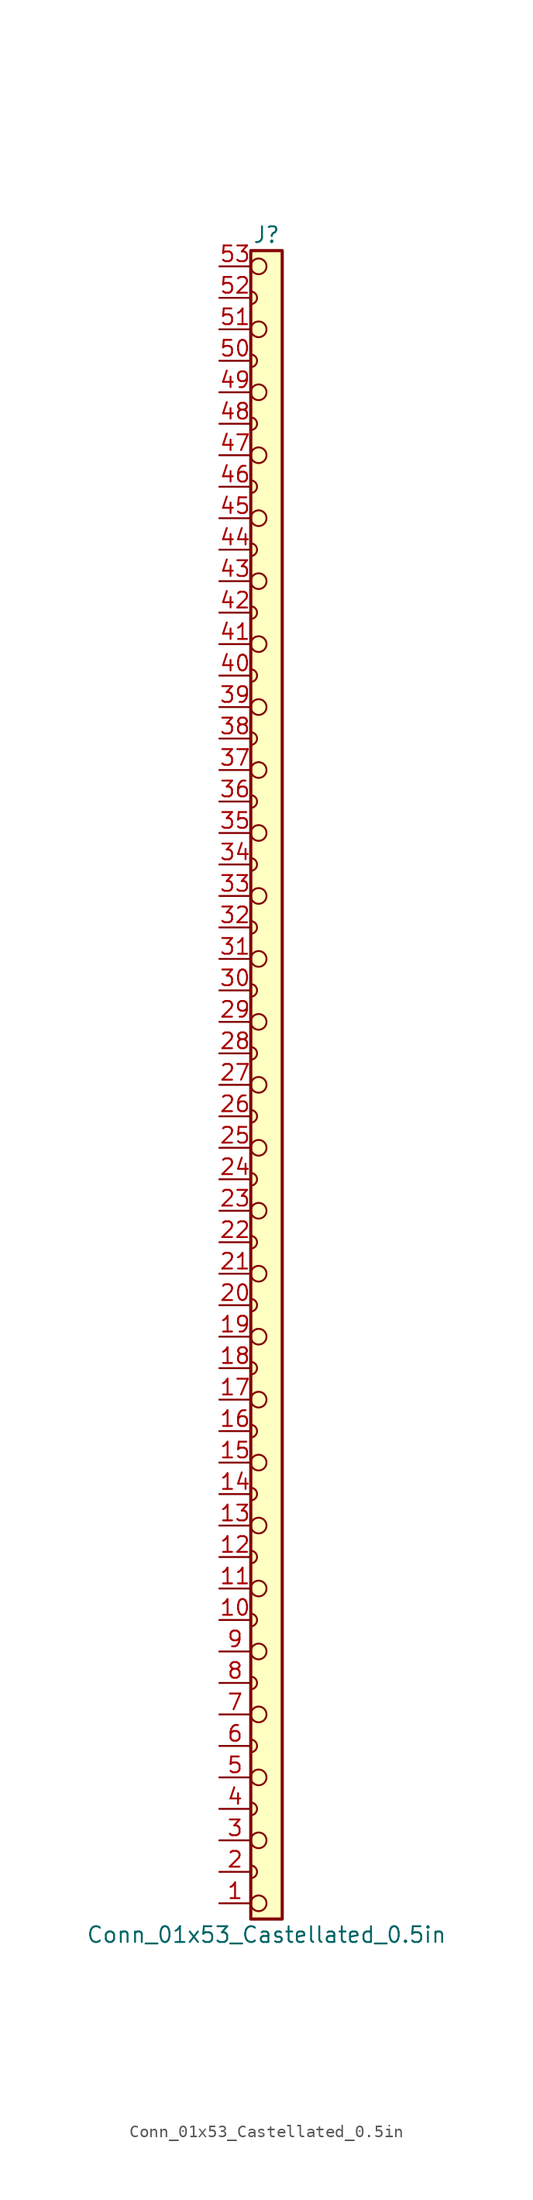
<source format=kicad_sym>
(kicad_symbol_lib
  (version 20231120)
  (generator "kicad_symbol_editor")
  (generator_version "8.0")
  (symbol "Conn_01x53_Castellated_0.5in"
    (pin_names
      (offset 1.016) hide)
    (property "Reference" "J"
      (at 0 68.58 0)
      (effects (font (size 1.27 1.27))))
    (property "Value" "Conn_01x53_Castellated_0.5in"
      (at 0 -68.58 0)
      (effects (font (size 1.27 1.27))))
    (symbol "Conn_01x53_Castellated_0.5in_0_1"
      (arc (start -1.27 -64.008) (mid -0.762 -63.5) (end -1.27 -62.992) (stroke (width 0) (type default)) (fill (type none)))
      (arc (start -1.27 -58.928) (mid -0.762 -58.42) (end -1.27 -57.912) (stroke (width 0) (type default)) (fill (type none)))
      (arc (start -1.27 -53.848) (mid -0.762 -53.34) (end -1.27 -52.832) (stroke (width 0) (type default)) (fill (type none)))
      (arc (start -1.27 -48.768) (mid -0.762 -48.26) (end -1.27 -47.752) (stroke (width 0) (type default)) (fill (type none)))
      (arc (start -1.27 -43.688) (mid -0.762 -43.18) (end -1.27 -42.672) (stroke (width 0) (type default)) (fill (type none)))
      (arc (start -1.27 -38.608) (mid -0.762 -38.1) (end -1.27 -37.592) (stroke (width 0) (type default)) (fill (type none)))
      (arc (start -1.27 -33.528) (mid -0.762 -33.02) (end -1.27 -32.512) (stroke (width 0) (type default)) (fill (type none)))
      (arc (start -1.27 -28.448) (mid -0.762 -27.94) (end -1.27 -27.432) (stroke (width 0) (type default)) (fill (type none)))
      (arc (start -1.27 -23.368) (mid -0.762 -22.86) (end -1.27 -22.352) (stroke (width 0) (type default)) (fill (type none)))
      (arc (start -1.27 -18.288) (mid -0.762 -17.78) (end -1.27 -17.272) (stroke (width 0) (type default)) (fill (type none)))
      (arc (start -1.27 -13.208) (mid -0.762 -12.7) (end -1.27 -12.192) (stroke (width 0) (type default)) (fill (type none)))
      (arc (start -1.27 -8.128) (mid -0.762 -7.62) (end -1.27 -7.112) (stroke (width 0) (type default)) (fill (type none)))
      (arc (start -1.27 -3.048) (mid -0.762 -2.54) (end -1.27 -2.032) (stroke (width 0) (type default)) (fill (type none)))
      (arc (start -1.27 2.032) (mid -0.762 2.54) (end -1.27 3.048) (stroke (width 0) (type default)) (fill (type none)))
      (arc (start -1.27 7.112) (mid -0.762 7.62) (end -1.27 8.128) (stroke (width 0) (type default)) (fill (type none)))
      (arc (start -1.27 12.192) (mid -0.762 12.7) (end -1.27 13.208) (stroke (width 0) (type default)) (fill (type none)))
      (arc (start -1.27 17.272) (mid -0.762 17.78) (end -1.27 18.288) (stroke (width 0) (type default)) (fill (type none)))
      (arc (start -1.27 22.352) (mid -0.762 22.86) (end -1.27 23.368) (stroke (width 0) (type default)) (fill (type none)))
      (arc (start -1.27 27.432) (mid -0.762 27.94) (end -1.27 28.448) (stroke (width 0) (type default)) (fill (type none)))
      (arc (start -1.27 32.512) (mid -0.762 33.02) (end -1.27 33.528) (stroke (width 0) (type default)) (fill (type none)))
      (arc (start -1.27 37.592) (mid -0.762 38.1) (end -1.27 38.608) (stroke (width 0) (type default)) (fill (type none)))
      (arc (start -1.27 42.672) (mid -0.762 43.18) (end -1.27 43.688) (stroke (width 0) (type default)) (fill (type none)))
      (arc (start -1.27 47.752) (mid -0.762 48.26) (end -1.27 48.768) (stroke (width 0) (type default)) (fill (type none)))
      (arc (start -1.27 52.832) (mid -0.762 53.34) (end -1.27 53.848) (stroke (width 0) (type default)) (fill (type none)))
      (arc (start -1.27 57.912) (mid -0.762 58.42) (end -1.27 58.928) (stroke (width 0) (type default)) (fill (type none)))
      (arc (start -1.27 62.992) (mid -0.762 63.5) (end -1.27 64.008) (stroke (width 0) (type default)) (fill (type none)))
      (circle (center -0.635 -66.04) (radius 0.635) (stroke (width 0) (type default)) (fill (type none)))
      (circle (center -0.635 -60.96) (radius 0.635) (stroke (width 0) (type default)) (fill (type none)))
      (circle (center -0.635 -55.88) (radius 0.635) (stroke (width 0) (type default)) (fill (type none)))
      (circle (center -0.635 -50.8) (radius 0.635) (stroke (width 0) (type default)) (fill (type none)))
      (circle (center -0.635 -45.72) (radius 0.635) (stroke (width 0) (type default)) (fill (type none)))
      (circle (center -0.635 -40.64) (radius 0.635) (stroke (width 0) (type default)) (fill (type none)))
      (circle (center -0.635 -35.56) (radius 0.635) (stroke (width 0) (type default)) (fill (type none)))
      (circle (center -0.635 -30.48) (radius 0.635) (stroke (width 0) (type default)) (fill (type none)))
      (circle (center -0.635 -25.4) (radius 0.635) (stroke (width 0) (type default)) (fill (type none)))
      (circle (center -0.635 -20.32) (radius 0.635) (stroke (width 0) (type default)) (fill (type none)))
      (circle (center -0.635 -15.24) (radius 0.635) (stroke (width 0) (type default)) (fill (type none)))
      (circle (center -0.635 -10.16) (radius 0.635) (stroke (width 0) (type default)) (fill (type none)))
      (circle (center -0.635 -5.08) (radius 0.635) (stroke (width 0) (type default)) (fill (type none)))
      (circle (center -0.635 0) (radius 0.635) (stroke (width 0) (type default)) (fill (type none)))
      (circle (center -0.635 5.08) (radius 0.635) (stroke (width 0) (type default)) (fill (type none)))
      (circle (center -0.635 10.16) (radius 0.635) (stroke (width 0) (type default)) (fill (type none)))
      (circle (center -0.635 15.24) (radius 0.635) (stroke (width 0) (type default)) (fill (type none)))
      (circle (center -0.635 20.32) (radius 0.635) (stroke (width 0) (type default)) (fill (type none)))
      (circle (center -0.635 25.4) (radius 0.635) (stroke (width 0) (type default)) (fill (type none)))
      (circle (center -0.635 30.48) (radius 0.635) (stroke (width 0) (type default)) (fill (type none)))
      (circle (center -0.635 35.56) (radius 0.635) (stroke (width 0) (type default)) (fill (type none)))
      (circle (center -0.635 40.64) (radius 0.635) (stroke (width 0) (type default)) (fill (type none)))
      (circle (center -0.635 45.72) (radius 0.635) (stroke (width 0) (type default)) (fill (type none)))
      (circle (center -0.635 50.8) (radius 0.635) (stroke (width 0) (type default)) (fill (type none)))
      (circle (center -0.635 55.88) (radius 0.635) (stroke (width 0) (type default)) (fill (type none)))
      (circle (center -0.635 60.96) (radius 0.635) (stroke (width 0) (type default)) (fill (type none)))
      (circle (center -0.635 66.04) (radius 0.635) (stroke (width 0) (type default)) (fill (type none)))
      (polyline (pts (xy -1.27 -62.992) (xy -1.27 -64.008)) (stroke (width 0) (type default)) (fill (type none)))
      (polyline (pts (xy -1.27 -57.912) (xy -1.27 -58.928)) (stroke (width 0) (type default)) (fill (type none)))
      (polyline (pts (xy -1.27 -52.832) (xy -1.27 -53.848)) (stroke (width 0) (type default)) (fill (type none)))
      (polyline (pts (xy -1.27 -47.752) (xy -1.27 -48.768)) (stroke (width 0) (type default)) (fill (type none)))
      (polyline (pts (xy -1.27 -42.672) (xy -1.27 -43.688)) (stroke (width 0) (type default)) (fill (type none)))
      (polyline (pts (xy -1.27 -37.592) (xy -1.27 -38.608)) (stroke (width 0) (type default)) (fill (type none)))
      (polyline (pts (xy -1.27 -32.512) (xy -1.27 -33.528)) (stroke (width 0) (type default)) (fill (type none)))
      (polyline (pts (xy -1.27 -27.432) (xy -1.27 -28.448)) (stroke (width 0) (type default)) (fill (type none)))
      (polyline (pts (xy -1.27 -22.352) (xy -1.27 -23.368)) (stroke (width 0) (type default)) (fill (type none)))
      (polyline (pts (xy -1.27 -17.272) (xy -1.27 -18.288)) (stroke (width 0) (type default)) (fill (type none)))
      (polyline (pts (xy -1.27 -12.192) (xy -1.27 -13.208)) (stroke (width 0) (type default)) (fill (type none)))
      (polyline (pts (xy -1.27 -7.112) (xy -1.27 -8.128)) (stroke (width 0) (type default)) (fill (type none)))
      (polyline (pts (xy -1.27 -2.032) (xy -1.27 -3.048)) (stroke (width 0) (type default)) (fill (type none)))
      (polyline (pts (xy -1.27 3.048) (xy -1.27 2.032)) (stroke (width 0) (type default)) (fill (type none)))
      (polyline (pts (xy -1.27 8.128) (xy -1.27 7.112)) (stroke (width 0) (type default)) (fill (type none)))
      (polyline (pts (xy -1.27 13.208) (xy -1.27 12.192)) (stroke (width 0) (type default)) (fill (type none)))
      (polyline (pts (xy -1.27 18.288) (xy -1.27 17.272)) (stroke (width 0) (type default)) (fill (type none)))
      (polyline (pts (xy -1.27 23.368) (xy -1.27 22.352)) (stroke (width 0) (type default)) (fill (type none)))
      (polyline (pts (xy -1.27 28.448) (xy -1.27 27.432)) (stroke (width 0) (type default)) (fill (type none)))
      (polyline (pts (xy -1.27 33.528) (xy -1.27 32.512)) (stroke (width 0) (type default)) (fill (type none)))
      (polyline (pts (xy -1.27 38.608) (xy -1.27 37.592)) (stroke (width 0) (type default)) (fill (type none)))
      (polyline (pts (xy -1.27 43.688) (xy -1.27 42.672)) (stroke (width 0) (type default)) (fill (type none)))
      (polyline (pts (xy -1.27 48.768) (xy -1.27 47.752)) (stroke (width 0) (type default)) (fill (type none)))
      (polyline (pts (xy -1.27 53.848) (xy -1.27 52.832)) (stroke (width 0) (type default)) (fill (type none)))
      (polyline (pts (xy -1.27 58.928) (xy -1.27 57.912)) (stroke (width 0) (type default)) (fill (type none)))
      (polyline (pts (xy -1.27 64.008) (xy -1.27 62.992)) (stroke (width 0) (type default)) (fill (type none))))
    (symbol "Conn_01x53_Castellated_0.5in_1_1"
      (rectangle (start -1.27 67.31) (end 1.27 -67.31) (stroke (width 0.254) (type default)) (fill (type background)))
      (pin passive line (at -3.81 -66.04 0) (length 2.54) (name "Pin_1" (effects (font (size 1.27 1.27)))) (number "1" (effects (font (size 1.27 1.27)))))
      (pin passive line (at -3.81 -43.18 0) (length 2.54) (name "Pin_10" (effects (font (size 1.27 1.27)))) (number "10" (effects (font (size 1.27 1.27)))))
      (pin passive line (at -3.81 -40.64 0) (length 2.54) (name "Pin_11" (effects (font (size 1.27 1.27)))) (number "11" (effects (font (size 1.27 1.27)))))
      (pin passive line (at -3.81 -38.1 0) (length 2.54) (name "Pin_12" (effects (font (size 1.27 1.27)))) (number "12" (effects (font (size 1.27 1.27)))))
      (pin passive line (at -3.81 -35.56 0) (length 2.54) (name "Pin_13" (effects (font (size 1.27 1.27)))) (number "13" (effects (font (size 1.27 1.27)))))
      (pin passive line (at -3.81 -33.02 0) (length 2.54) (name "Pin_14" (effects (font (size 1.27 1.27)))) (number "14" (effects (font (size 1.27 1.27)))))
      (pin passive line (at -3.81 -30.48 0) (length 2.54) (name "Pin_15" (effects (font (size 1.27 1.27)))) (number "15" (effects (font (size 1.27 1.27)))))
      (pin passive line (at -3.81 -27.94 0) (length 2.54) (name "Pin_16" (effects (font (size 1.27 1.27)))) (number "16" (effects (font (size 1.27 1.27)))))
      (pin passive line (at -3.81 -25.4 0) (length 2.54) (name "Pin_17" (effects (font (size 1.27 1.27)))) (number "17" (effects (font (size 1.27 1.27)))))
      (pin passive line (at -3.81 -22.86 0) (length 2.54) (name "Pin_18" (effects (font (size 1.27 1.27)))) (number "18" (effects (font (size 1.27 1.27)))))
      (pin passive line (at -3.81 -20.32 0) (length 2.54) (name "Pin_19" (effects (font (size 1.27 1.27)))) (number "19" (effects (font (size 1.27 1.27)))))
      (pin passive line (at -3.81 -63.5 0) (length 2.54) (name "Pin_2" (effects (font (size 1.27 1.27)))) (number "2" (effects (font (size 1.27 1.27)))))
      (pin passive line (at -3.81 -17.78 0) (length 2.54) (name "Pin_20" (effects (font (size 1.27 1.27)))) (number "20" (effects (font (size 1.27 1.27)))))
      (pin passive line (at -3.81 -15.24 0) (length 2.54) (name "Pin_21" (effects (font (size 1.27 1.27)))) (number "21" (effects (font (size 1.27 1.27)))))
      (pin passive line (at -3.81 -12.7 0) (length 2.54) (name "Pin_22" (effects (font (size 1.27 1.27)))) (number "22" (effects (font (size 1.27 1.27)))))
      (pin passive line (at -3.81 -10.16 0) (length 2.54) (name "Pin_23" (effects (font (size 1.27 1.27)))) (number "23" (effects (font (size 1.27 1.27)))))
      (pin passive line (at -3.81 -7.62 0) (length 2.54) (name "Pin_24" (effects (font (size 1.27 1.27)))) (number "24" (effects (font (size 1.27 1.27)))))
      (pin passive line (at -3.81 -5.08 0) (length 2.54) (name "Pin_25" (effects (font (size 1.27 1.27)))) (number "25" (effects (font (size 1.27 1.27)))))
      (pin passive line (at -3.81 -2.54 0) (length 2.54) (name "Pin_26" (effects (font (size 1.27 1.27)))) (number "26" (effects (font (size 1.27 1.27)))))
      (pin passive line (at -3.81 0 0) (length 2.54) (name "Pin_27" (effects (font (size 1.27 1.27)))) (number "27" (effects (font (size 1.27 1.27)))))
      (pin passive line (at -3.81 2.54 0) (length 2.54) (name "Pin_28" (effects (font (size 1.27 1.27)))) (number "28" (effects (font (size 1.27 1.27)))))
      (pin passive line (at -3.81 5.08 0) (length 2.54) (name "Pin_29" (effects (font (size 1.27 1.27)))) (number "29" (effects (font (size 1.27 1.27)))))
      (pin passive line (at -3.81 -60.96 0) (length 2.54) (name "Pin_3" (effects (font (size 1.27 1.27)))) (number "3" (effects (font (size 1.27 1.27)))))
      (pin passive line (at -3.81 7.62 0) (length 2.54) (name "Pin_30" (effects (font (size 1.27 1.27)))) (number "30" (effects (font (size 1.27 1.27)))))
      (pin passive line (at -3.81 10.16 0) (length 2.54) (name "Pin_31" (effects (font (size 1.27 1.27)))) (number "31" (effects (font (size 1.27 1.27)))))
      (pin passive line (at -3.81 12.7 0) (length 2.54) (name "Pin_32" (effects (font (size 1.27 1.27)))) (number "32" (effects (font (size 1.27 1.27)))))
      (pin passive line (at -3.81 15.24 0) (length 2.54) (name "Pin_33" (effects (font (size 1.27 1.27)))) (number "33" (effects (font (size 1.27 1.27)))))
      (pin passive line (at -3.81 17.78 0) (length 2.54) (name "Pin_34" (effects (font (size 1.27 1.27)))) (number "34" (effects (font (size 1.27 1.27)))))
      (pin passive line (at -3.81 20.32 0) (length 2.54) (name "Pin_35" (effects (font (size 1.27 1.27)))) (number "35" (effects (font (size 1.27 1.27)))))
      (pin passive line (at -3.81 22.86 0) (length 2.54) (name "Pin_36" (effects (font (size 1.27 1.27)))) (number "36" (effects (font (size 1.27 1.27)))))
      (pin passive line (at -3.81 25.4 0) (length 2.54) (name "Pin_37" (effects (font (size 1.27 1.27)))) (number "37" (effects (font (size 1.27 1.27)))))
      (pin passive line (at -3.81 27.94 0) (length 2.54) (name "Pin_38" (effects (font (size 1.27 1.27)))) (number "38" (effects (font (size 1.27 1.27)))))
      (pin passive line (at -3.81 30.48 0) (length 2.54) (name "Pin_39" (effects (font (size 1.27 1.27)))) (number "39" (effects (font (size 1.27 1.27)))))
      (pin passive line (at -3.81 -58.42 0) (length 2.54) (name "Pin_4" (effects (font (size 1.27 1.27)))) (number "4" (effects (font (size 1.27 1.27)))))
      (pin passive line (at -3.81 33.02 0) (length 2.54) (name "Pin_40" (effects (font (size 1.27 1.27)))) (number "40" (effects (font (size 1.27 1.27)))))
      (pin passive line (at -3.81 35.56 0) (length 2.54) (name "Pin_41" (effects (font (size 1.27 1.27)))) (number "41" (effects (font (size 1.27 1.27)))))
      (pin passive line (at -3.81 38.1 0) (length 2.54) (name "Pin_42" (effects (font (size 1.27 1.27)))) (number "42" (effects (font (size 1.27 1.27)))))
      (pin passive line (at -3.81 40.64 0) (length 2.54) (name "Pin_43" (effects (font (size 1.27 1.27)))) (number "43" (effects (font (size 1.27 1.27)))))
      (pin passive line (at -3.81 43.18 0) (length 2.54) (name "Pin_44" (effects (font (size 1.27 1.27)))) (number "44" (effects (font (size 1.27 1.27)))))
      (pin passive line (at -3.81 45.72 0) (length 2.54) (name "Pin_45" (effects (font (size 1.27 1.27)))) (number "45" (effects (font (size 1.27 1.27)))))
      (pin passive line (at -3.81 48.26 0) (length 2.54) (name "Pin_46" (effects (font (size 1.27 1.27)))) (number "46" (effects (font (size 1.27 1.27)))))
      (pin passive line (at -3.81 50.8 0) (length 2.54) (name "Pin_47" (effects (font (size 1.27 1.27)))) (number "47" (effects (font (size 1.27 1.27)))))
      (pin passive line (at -3.81 53.34 0) (length 2.54) (name "Pin_48" (effects (font (size 1.27 1.27)))) (number "48" (effects (font (size 1.27 1.27)))))
      (pin passive line (at -3.81 55.88 0) (length 2.54) (name "Pin_49" (effects (font (size 1.27 1.27)))) (number "49" (effects (font (size 1.27 1.27)))))
      (pin passive line (at -3.81 -55.88 0) (length 2.54) (name "Pin_5" (effects (font (size 1.27 1.27)))) (number "5" (effects (font (size 1.27 1.27)))))
      (pin passive line (at -3.81 58.42 0) (length 2.54) (name "Pin_50" (effects (font (size 1.27 1.27)))) (number "50" (effects (font (size 1.27 1.27)))))
      (pin passive line (at -3.81 60.96 0) (length 2.54) (name "Pin_51" (effects (font (size 1.27 1.27)))) (number "51" (effects (font (size 1.27 1.27)))))
      (pin passive line (at -3.81 63.5 0) (length 2.54) (name "Pin_52" (effects (font (size 1.27 1.27)))) (number "52" (effects (font (size 1.27 1.27)))))
      (pin passive line (at -3.81 66.04 0) (length 2.54) (name "Pin_53" (effects (font (size 1.27 1.27)))) (number "53" (effects (font (size 1.27 1.27)))))
      (pin passive line (at -3.81 -53.34 0) (length 2.54) (name "Pin_6" (effects (font (size 1.27 1.27)))) (number "6" (effects (font (size 1.27 1.27)))))
      (pin passive line (at -3.81 -50.8 0) (length 2.54) (name "Pin_7" (effects (font (size 1.27 1.27)))) (number "7" (effects (font (size 1.27 1.27)))))
      (pin passive line (at -3.81 -48.26 0) (length 2.54) (name "Pin_8" (effects (font (size 1.27 1.27)))) (number "8" (effects (font (size 1.27 1.27)))))
      (pin passive line (at -3.81 -45.72 0) (length 2.54) (name "Pin_9" (effects (font (size 1.27 1.27)))) (number "9" (effects (font (size 1.27 1.27))))))))
</source>
